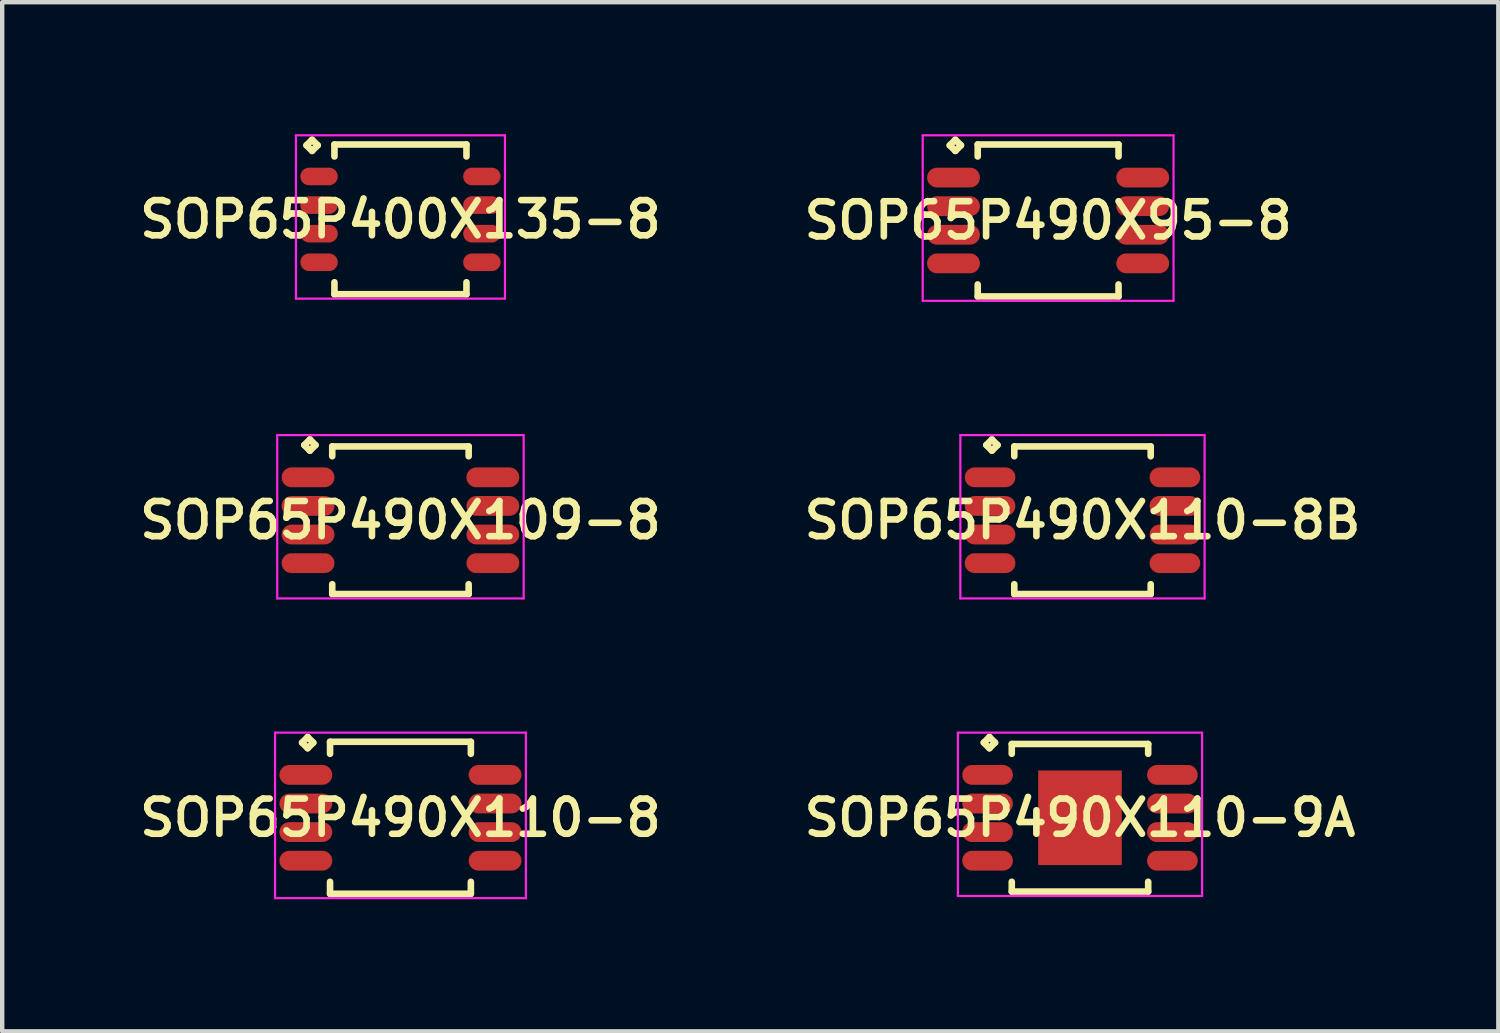
<source format=kicad_pcb>
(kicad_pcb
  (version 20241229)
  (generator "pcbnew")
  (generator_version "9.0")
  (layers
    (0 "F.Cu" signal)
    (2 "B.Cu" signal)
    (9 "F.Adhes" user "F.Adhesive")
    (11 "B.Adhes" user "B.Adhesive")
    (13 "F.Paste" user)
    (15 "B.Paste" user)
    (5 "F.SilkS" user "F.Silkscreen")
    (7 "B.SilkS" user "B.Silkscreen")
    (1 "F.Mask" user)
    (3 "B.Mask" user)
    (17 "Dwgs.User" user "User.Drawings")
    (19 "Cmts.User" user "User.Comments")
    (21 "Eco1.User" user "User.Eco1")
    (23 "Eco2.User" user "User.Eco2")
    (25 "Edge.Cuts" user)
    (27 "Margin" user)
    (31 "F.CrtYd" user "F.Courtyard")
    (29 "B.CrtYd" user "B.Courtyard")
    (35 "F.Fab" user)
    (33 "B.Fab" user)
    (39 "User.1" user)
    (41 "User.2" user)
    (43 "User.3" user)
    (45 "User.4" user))
  (footprint "SOP65P490X110-8B"
    (layer "F.Cu")
    (at 21.549 8.772)
    (property "Reference" "SOP65P490X110-8B" (at 0 0 0) (layer "F.SilkS") (effects (font (size 0.8 0.8) (thickness 0.15))))
    (attr smd)
    (fp_line (start -2.185 -1.708) (end -2.058 -1.835) (stroke (width 0.15) (type solid)) (layer "F.SilkS"))
    (fp_line (start -2.058 -1.835) (end -1.931 -1.708) (stroke (width 0.15) (type solid)) (layer "F.SilkS"))
    (fp_line (start -2.058 -1.581) (end -2.185 -1.708) (stroke (width 0.15) (type solid)) (layer "F.SilkS"))
    (fp_line (start -1.931 -1.708) (end -2.058 -1.581) (stroke (width 0.15) (type solid)) (layer "F.SilkS"))
    (fp_line (start -1.55 -1.677) (end 1.55 -1.677) (stroke (width 0.15) (type solid)) (layer "F.SilkS"))
    (fp_line (start -1.55 -1.454) (end -1.55 -1.677) (stroke (width 0.15) (type solid)) (layer "F.SilkS"))
    (fp_line (start -1.55 1.454) (end -1.55 1.677) (stroke (width 0.15) (type solid)) (layer "F.SilkS"))
    (fp_line (start -1.55 1.677) (end 1.55 1.677) (stroke (width 0.15) (type solid)) (layer "F.SilkS"))
    (fp_line (start 1.55 -1.677) (end 1.55 -1.454) (stroke (width 0.15) (type solid)) (layer "F.SilkS"))
    (fp_line (start 1.55 1.677) (end 1.55 1.454) (stroke (width 0.15) (type solid)) (layer "F.SilkS"))
    (fp_line (start -2.775 -1.935) (end 2.775 -1.935) (stroke (width 0.05) (type solid)) (layer "F.CrtYd"))
    (fp_line (start -2.775 1.777) (end -2.775 -1.935) (stroke (width 0.05) (type solid)) (layer "F.CrtYd"))
    (fp_line (start 2.775 -1.935) (end 2.775 1.777) (stroke (width 0.05) (type solid)) (layer "F.CrtYd"))
    (fp_line (start 2.775 1.777) (end -2.775 1.777) (stroke (width 0.05) (type solid)) (layer "F.CrtYd"))
    (pad "1" smd oval (at -2.1 -0.975) (size 1.15 0.45) (layers "F.Cu" "F.Mask" "F.Paste"))
    (pad "2" smd oval (at -2.1 -0.325) (size 1.15 0.45) (layers "F.Cu" "F.Mask" "F.Paste"))
    (pad "3" smd oval (at -2.1 0.325) (size 1.15 0.45) (layers "F.Cu" "F.Mask" "F.Paste"))
    (pad "4" smd oval (at -2.1 0.975) (size 1.15 0.45) (layers "F.Cu" "F.Mask" "F.Paste"))
    (pad "5" smd oval (at 2.1 0.975) (size 1.15 0.45) (layers "F.Cu" "F.Mask" "F.Paste"))
    (pad "6" smd oval (at 2.1 0.325) (size 1.15 0.45) (layers "F.Cu" "F.Mask" "F.Paste"))
    (pad "7" smd oval (at 2.1 -0.325) (size 1.15 0.45) (layers "F.Cu" "F.Mask" "F.Paste"))
    (pad "8" smd oval (at 2.1 -0.975) (size 1.15 0.45) (layers "F.Cu" "F.Mask" "F.Paste")))
  (footprint "SOP65P490X109-8"
    (layer "F.Cu")
    (at 6.05 8.772)
    (property "Reference" "SOP65P490X109-8" (at 0 0 0) (layer "F.SilkS") (effects (font (size 0.8 0.8) (thickness 0.15))))
    (attr smd)
    (fp_line (start -2.185 -1.708) (end -2.058 -1.835) (stroke (width 0.15) (type solid)) (layer "F.SilkS"))
    (fp_line (start -2.058 -1.835) (end -1.931 -1.708) (stroke (width 0.15) (type solid)) (layer "F.SilkS"))
    (fp_line (start -2.058 -1.581) (end -2.185 -1.708) (stroke (width 0.15) (type solid)) (layer "F.SilkS"))
    (fp_line (start -1.931 -1.708) (end -2.058 -1.581) (stroke (width 0.15) (type solid)) (layer "F.SilkS"))
    (fp_line (start -1.55 -1.677) (end 1.55 -1.677) (stroke (width 0.15) (type solid)) (layer "F.SilkS"))
    (fp_line (start -1.55 -1.454) (end -1.55 -1.677) (stroke (width 0.15) (type solid)) (layer "F.SilkS"))
    (fp_line (start -1.55 1.454) (end -1.55 1.677) (stroke (width 0.15) (type solid)) (layer "F.SilkS"))
    (fp_line (start -1.55 1.677) (end 1.55 1.677) (stroke (width 0.15) (type solid)) (layer "F.SilkS"))
    (fp_line (start 1.55 -1.677) (end 1.55 -1.454) (stroke (width 0.15) (type solid)) (layer "F.SilkS"))
    (fp_line (start 1.55 1.677) (end 1.55 1.454) (stroke (width 0.15) (type solid)) (layer "F.SilkS"))
    (fp_line (start -2.8 -1.935) (end 2.8 -1.935) (stroke (width 0.05) (type solid)) (layer "F.CrtYd"))
    (fp_line (start -2.8 1.777) (end -2.8 -1.935) (stroke (width 0.05) (type solid)) (layer "F.CrtYd"))
    (fp_line (start 2.8 -1.935) (end 2.8 1.777) (stroke (width 0.05) (type solid)) (layer "F.CrtYd"))
    (fp_line (start 2.8 1.777) (end -2.8 1.777) (stroke (width 0.05) (type solid)) (layer "F.CrtYd"))
    (pad "1" smd oval (at -2.1 -0.975) (size 1.2 0.45) (layers "F.Cu" "F.Mask" "F.Paste"))
    (pad "2" smd oval (at -2.1 -0.325) (size 1.2 0.45) (layers "F.Cu" "F.Mask" "F.Paste"))
    (pad "3" smd oval (at -2.1 0.325) (size 1.2 0.45) (layers "F.Cu" "F.Mask" "F.Paste"))
    (pad "4" smd oval (at -2.1 0.975) (size 1.2 0.45) (layers "F.Cu" "F.Mask" "F.Paste"))
    (pad "5" smd oval (at 2.1 0.975) (size 1.2 0.45) (layers "F.Cu" "F.Mask" "F.Paste"))
    (pad "6" smd oval (at 2.1 0.325) (size 1.2 0.45) (layers "F.Cu" "F.Mask" "F.Paste"))
    (pad "7" smd oval (at 2.1 -0.325) (size 1.2 0.45) (layers "F.Cu" "F.Mask" "F.Paste"))
    (pad "8" smd oval (at 2.1 -0.975) (size 1.2 0.45) (layers "F.Cu" "F.Mask" "F.Paste")))
  (footprint "SOP65P400X135-8"
    (layer "F.Cu")
    (at 6.05 1.935)
    (property "Reference" "SOP65P400X135-8" (at 0 0 0) (layer "F.SilkS") (effects (font (size 0.8 0.8) (thickness 0.15))))
    (attr smd)
    (fp_line (start -2.135 -1.683) (end -2.008 -1.81) (stroke (width 0.15) (type solid)) (layer "F.SilkS"))
    (fp_line (start -2.008 -1.81) (end -1.881 -1.683) (stroke (width 0.15) (type solid)) (layer "F.SilkS"))
    (fp_line (start -2.008 -1.556) (end -2.135 -1.683) (stroke (width 0.15) (type solid)) (layer "F.SilkS"))
    (fp_line (start -1.881 -1.683) (end -2.008 -1.556) (stroke (width 0.15) (type solid)) (layer "F.SilkS"))
    (fp_line (start -1.5 -1.702) (end 1.5 -1.702) (stroke (width 0.15) (type solid)) (layer "F.SilkS"))
    (fp_line (start -1.5 -1.429) (end -1.5 -1.702) (stroke (width 0.15) (type solid)) (layer "F.SilkS"))
    (fp_line (start -1.5 1.429) (end -1.5 1.702) (stroke (width 0.15) (type solid)) (layer "F.SilkS"))
    (fp_line (start -1.5 1.702) (end 1.5 1.702) (stroke (width 0.15) (type solid)) (layer "F.SilkS"))
    (fp_line (start 1.5 -1.702) (end 1.5 -1.429) (stroke (width 0.15) (type solid)) (layer "F.SilkS"))
    (fp_line (start 1.5 1.702) (end 1.5 1.429) (stroke (width 0.15) (type solid)) (layer "F.SilkS"))
    (fp_line (start -2.375 -1.91) (end 2.375 -1.91) (stroke (width 0.05) (type solid)) (layer "F.CrtYd"))
    (fp_line (start -2.375 1.802) (end -2.375 -1.91) (stroke (width 0.05) (type solid)) (layer "F.CrtYd"))
    (fp_line (start 2.375 -1.91) (end 2.375 1.802) (stroke (width 0.05) (type solid)) (layer "F.CrtYd"))
    (fp_line (start 2.375 1.802) (end -2.375 1.802) (stroke (width 0.05) (type solid)) (layer "F.CrtYd"))
    (pad "1" smd oval (at -1.85 -0.975) (size 0.85 0.4) (layers "F.Cu" "F.Mask" "F.Paste"))
    (pad "2" smd oval (at -1.85 -0.325) (size 0.85 0.4) (layers "F.Cu" "F.Mask" "F.Paste"))
    (pad "3" smd oval (at -1.85 0.325) (size 0.85 0.4) (layers "F.Cu" "F.Mask" "F.Paste"))
    (pad "4" smd oval (at -1.85 0.975) (size 0.85 0.4) (layers "F.Cu" "F.Mask" "F.Paste"))
    (pad "5" smd oval (at 1.85 0.975) (size 0.85 0.4) (layers "F.Cu" "F.Mask" "F.Paste"))
    (pad "6" smd oval (at 1.85 0.325) (size 0.85 0.4) (layers "F.Cu" "F.Mask" "F.Paste"))
    (pad "7" smd oval (at 1.85 -0.325) (size 0.85 0.4) (layers "F.Cu" "F.Mask" "F.Paste"))
    (pad "8" smd oval (at 1.85 -0.975) (size 0.85 0.4) (layers "F.Cu" "F.Mask" "F.Paste")))
  (footprint "SOP65P490X95-8"
    (layer "F.Cu")
    (at 20.768 1.96)
    (property "Reference" "SOP65P490X95-8" (at 0 0 0) (layer "F.SilkS") (effects (font (size 0.8 0.8) (thickness 0.15))))
    (attr smd)
    (fp_line (start -2.235 -1.708) (end -2.108 -1.835) (stroke (width 0.15) (type solid)) (layer "F.SilkS"))
    (fp_line (start -2.108 -1.835) (end -1.981 -1.708) (stroke (width 0.15) (type solid)) (layer "F.SilkS"))
    (fp_line (start -2.108 -1.581) (end -2.235 -1.708) (stroke (width 0.15) (type solid)) (layer "F.SilkS"))
    (fp_line (start -1.981 -1.708) (end -2.108 -1.581) (stroke (width 0.15) (type solid)) (layer "F.SilkS"))
    (fp_line (start -1.6 -1.727) (end 1.6 -1.727) (stroke (width 0.15) (type solid)) (layer "F.SilkS"))
    (fp_line (start -1.6 -1.454) (end -1.6 -1.727) (stroke (width 0.15) (type solid)) (layer "F.SilkS"))
    (fp_line (start -1.6 1.454) (end -1.6 1.727) (stroke (width 0.15) (type solid)) (layer "F.SilkS"))
    (fp_line (start -1.6 1.727) (end 1.6 1.727) (stroke (width 0.15) (type solid)) (layer "F.SilkS"))
    (fp_line (start 1.6 -1.727) (end 1.6 -1.454) (stroke (width 0.15) (type solid)) (layer "F.SilkS"))
    (fp_line (start 1.6 1.727) (end 1.6 1.454) (stroke (width 0.15) (type solid)) (layer "F.SilkS"))
    (fp_line (start -2.85 -1.935) (end 2.85 -1.935) (stroke (width 0.05) (type solid)) (layer "F.CrtYd"))
    (fp_line (start -2.85 1.827) (end -2.85 -1.935) (stroke (width 0.05) (type solid)) (layer "F.CrtYd"))
    (fp_line (start 2.85 -1.935) (end 2.85 1.827) (stroke (width 0.05) (type solid)) (layer "F.CrtYd"))
    (fp_line (start 2.85 1.827) (end -2.85 1.827) (stroke (width 0.05) (type solid)) (layer "F.CrtYd"))
    (pad "1" smd oval (at -2.15 -0.975) (size 1.2 0.45) (layers "F.Cu" "F.Mask" "F.Paste"))
    (pad "2" smd oval (at -2.15 -0.325) (size 1.2 0.45) (layers "F.Cu" "F.Mask" "F.Paste"))
    (pad "3" smd oval (at -2.15 0.325) (size 1.2 0.45) (layers "F.Cu" "F.Mask" "F.Paste"))
    (pad "4" smd oval (at -2.15 0.975) (size 1.2 0.45) (layers "F.Cu" "F.Mask" "F.Paste"))
    (pad "5" smd oval (at 2.15 0.975) (size 1.2 0.45) (layers "F.Cu" "F.Mask" "F.Paste"))
    (pad "6" smd oval (at 2.15 0.325) (size 1.2 0.45) (layers "F.Cu" "F.Mask" "F.Paste"))
    (pad "7" smd oval (at 2.15 -0.325) (size 1.2 0.45) (layers "F.Cu" "F.Mask" "F.Paste"))
    (pad "8" smd oval (at 2.15 -0.975) (size 1.2 0.45) (layers "F.Cu" "F.Mask" "F.Paste")))
  (footprint "SOP65P490X110-9A"
    (layer "F.Cu")
    (at 21.492 15.534)
    (property "Reference" "SOP65P490X110-9A" (at 0 0 0) (layer "F.SilkS") (effects (font (size 0.8 0.8) (thickness 0.15))))
    (attr smd)
    (fp_line (start -2.185 -1.708) (end -2.058 -1.835) (stroke (width 0.15) (type solid)) (layer "F.SilkS"))
    (fp_line (start -2.058 -1.835) (end -1.931 -1.708) (stroke (width 0.15) (type solid)) (layer "F.SilkS"))
    (fp_line (start -2.058 -1.581) (end -2.185 -1.708) (stroke (width 0.15) (type solid)) (layer "F.SilkS"))
    (fp_line (start -1.931 -1.708) (end -2.058 -1.581) (stroke (width 0.15) (type solid)) (layer "F.SilkS"))
    (fp_line (start -1.55 -1.677) (end 1.55 -1.677) (stroke (width 0.15) (type solid)) (layer "F.SilkS"))
    (fp_line (start -1.55 -1.454) (end -1.55 -1.677) (stroke (width 0.15) (type solid)) (layer "F.SilkS"))
    (fp_line (start -1.55 1.454) (end -1.55 1.677) (stroke (width 0.15) (type solid)) (layer "F.SilkS"))
    (fp_line (start -1.55 1.677) (end 1.55 1.677) (stroke (width 0.15) (type solid)) (layer "F.SilkS"))
    (fp_line (start 1.55 -1.677) (end 1.55 -1.454) (stroke (width 0.15) (type solid)) (layer "F.SilkS"))
    (fp_line (start 1.55 1.677) (end 1.55 1.454) (stroke (width 0.15) (type solid)) (layer "F.SilkS"))
    (fp_line (start -2.775 -1.935) (end 2.775 -1.935) (stroke (width 0.05) (type solid)) (layer "F.CrtYd"))
    (fp_line (start -2.775 1.777) (end -2.775 -1.935) (stroke (width 0.05) (type solid)) (layer "F.CrtYd"))
    (fp_line (start 2.775 -1.935) (end 2.775 1.777) (stroke (width 0.05) (type solid)) (layer "F.CrtYd"))
    (fp_line (start 2.775 1.777) (end -2.775 1.777) (stroke (width 0.05) (type solid)) (layer "F.CrtYd"))
    (pad "1" smd oval (at -2.1 -0.975) (size 1.15 0.45) (layers "F.Cu" "F.Mask" "F.Paste"))
    (pad "2" smd oval (at -2.1 -0.325) (size 1.15 0.45) (layers "F.Cu" "F.Mask" "F.Paste"))
    (pad "3" smd oval (at -2.1 0.325) (size 1.15 0.45) (layers "F.Cu" "F.Mask" "F.Paste"))
    (pad "4" smd oval (at -2.1 0.975) (size 1.15 0.45) (layers "F.Cu" "F.Mask" "F.Paste"))
    (pad "5" smd oval (at 2.1 0.975) (size 1.15 0.45) (layers "F.Cu" "F.Mask" "F.Paste"))
    (pad "6" smd oval (at 2.1 0.325) (size 1.15 0.45) (layers "F.Cu" "F.Mask" "F.Paste"))
    (pad "7" smd oval (at 2.1 -0.325) (size 1.15 0.45) (layers "F.Cu" "F.Mask" "F.Paste"))
    (pad "8" smd oval (at 2.1 -0.975) (size 1.15 0.45) (layers "F.Cu" "F.Mask" "F.Paste"))
    (pad "9" smd rect (at 0 0) (size 1.9 2.15) (layers "F.Cu" "F.Mask" "F.Paste")))
  (footprint "SOP65P490X110-8"
    (layer "F.Cu")
    (at 6.05 15.534)
    (property "Reference" "SOP65P490X110-8" (at 0 0 0) (layer "F.SilkS") (effects (font (size 0.8 0.8) (thickness 0.15))))
    (attr smd)
    (fp_line (start -2.235 -1.708) (end -2.108 -1.835) (stroke (width 0.15) (type solid)) (layer "F.SilkS"))
    (fp_line (start -2.108 -1.835) (end -1.981 -1.708) (stroke (width 0.15) (type solid)) (layer "F.SilkS"))
    (fp_line (start -2.108 -1.581) (end -2.235 -1.708) (stroke (width 0.15) (type solid)) (layer "F.SilkS"))
    (fp_line (start -1.981 -1.708) (end -2.108 -1.581) (stroke (width 0.15) (type solid)) (layer "F.SilkS"))
    (fp_line (start -1.6 -1.727) (end 1.6 -1.727) (stroke (width 0.15) (type solid)) (layer "F.SilkS"))
    (fp_line (start -1.6 -1.454) (end -1.6 -1.727) (stroke (width 0.15) (type solid)) (layer "F.SilkS"))
    (fp_line (start -1.6 1.454) (end -1.6 1.727) (stroke (width 0.15) (type solid)) (layer "F.SilkS"))
    (fp_line (start -1.6 1.727) (end 1.6 1.727) (stroke (width 0.15) (type solid)) (layer "F.SilkS"))
    (fp_line (start 1.6 -1.727) (end 1.6 -1.454) (stroke (width 0.15) (type solid)) (layer "F.SilkS"))
    (fp_line (start 1.6 1.727) (end 1.6 1.454) (stroke (width 0.15) (type solid)) (layer "F.SilkS"))
    (fp_line (start -2.85 -1.935) (end 2.85 -1.935) (stroke (width 0.05) (type solid)) (layer "F.CrtYd"))
    (fp_line (start -2.85 1.827) (end -2.85 -1.935) (stroke (width 0.05) (type solid)) (layer "F.CrtYd"))
    (fp_line (start 2.85 -1.935) (end 2.85 1.827) (stroke (width 0.05) (type solid)) (layer "F.CrtYd"))
    (fp_line (start 2.85 1.827) (end -2.85 1.827) (stroke (width 0.05) (type solid)) (layer "F.CrtYd"))
    (pad "1" smd oval (at -2.15 -0.975) (size 1.2 0.45) (layers "F.Cu" "F.Mask" "F.Paste"))
    (pad "2" smd oval (at -2.15 -0.325) (size 1.2 0.45) (layers "F.Cu" "F.Mask" "F.Paste"))
    (pad "3" smd oval (at -2.15 0.325) (size 1.2 0.45) (layers "F.Cu" "F.Mask" "F.Paste"))
    (pad "4" smd oval (at -2.15 0.975) (size 1.2 0.45) (layers "F.Cu" "F.Mask" "F.Paste"))
    (pad "5" smd oval (at 2.15 0.975) (size 1.2 0.45) (layers "F.Cu" "F.Mask" "F.Paste"))
    (pad "6" smd oval (at 2.15 0.325) (size 1.2 0.45) (layers "F.Cu" "F.Mask" "F.Paste"))
    (pad "7" smd oval (at 2.15 -0.325) (size 1.2 0.45) (layers "F.Cu" "F.Mask" "F.Paste"))
    (pad "8" smd oval (at 2.15 -0.975) (size 1.2 0.45) (layers "F.Cu" "F.Mask" "F.Paste")))
  (gr_rect
    (start -3 -3)
    (end 30.999 20.386)
    (stroke (width 0.1) (type default))
    (fill no)
    (layer "Edge.Cuts")))
</source>
